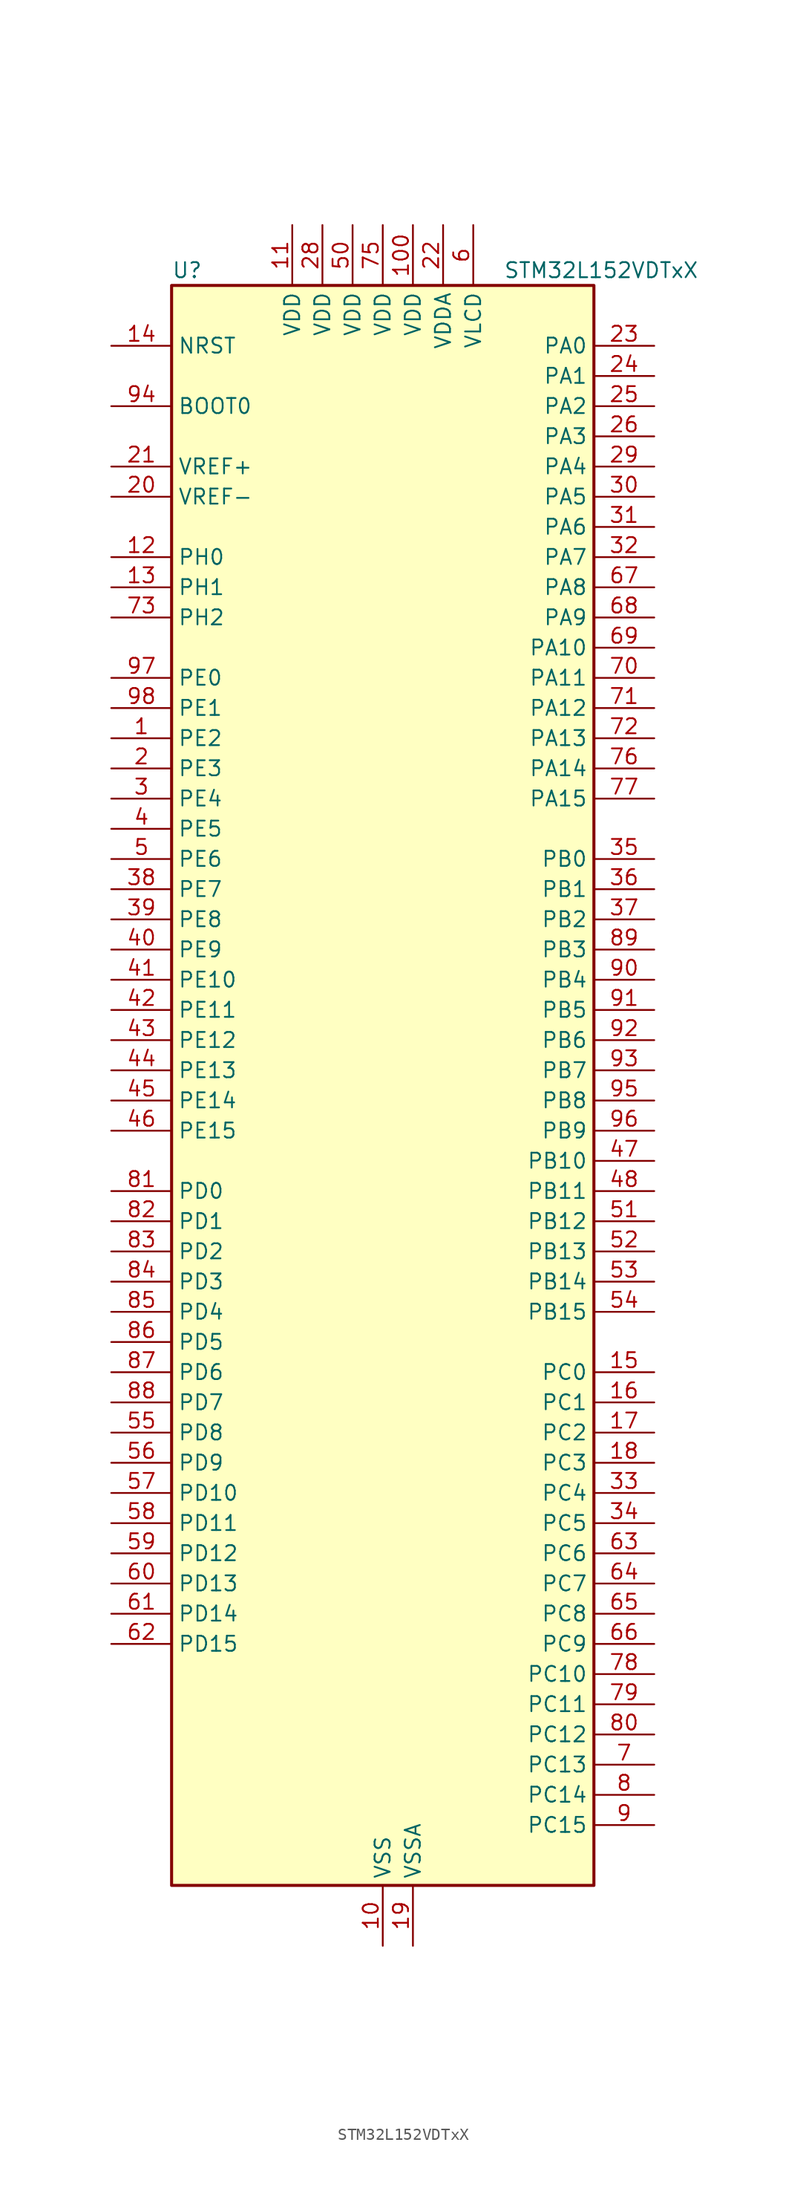
<source format=kicad_sym>
(kicad_symbol_lib
  (version 20241209)
  (generator "kicad_symbol_editor")
  (generator_version "9.0")
  (symbol "STM32L152VDTxX"
    (property "Reference" "U"
      (at -17.78 69.85 0)
      (effects (font (size 1.27 1.27)) (justify left)))
    (property "Value" "STM32L152VDTxX"
      (at 10.16 69.85 0)
      (effects (font (size 1.27 1.27)) (justify left)))
    (symbol "STM32L152VDTxX_0_1"
      (rectangle (start -17.78 -66.04) (end 17.78 68.58) (stroke (width 0.254) (type default)) (fill (type background))))
    (symbol "STM32L152VDTxX_1_1"
      (pin input line (at -22.86 63.5 0) (length 5.08) (name "NRST" (effects (font (size 1.27 1.27)))) (number "14" (effects (font (size 1.27 1.27)))))
      (pin input line (at -22.86 58.42 0) (length 5.08) (name "BOOT0" (effects (font (size 1.27 1.27)))) (number "94" (effects (font (size 1.27 1.27)))))
      (pin input line (at -22.86 53.34 0) (length 5.08) (name "VREF+" (effects (font (size 1.27 1.27)))) (number "21" (effects (font (size 1.27 1.27)))))
      (pin input line (at -22.86 50.8 0) (length 5.08) (name "VREF-" (effects (font (size 1.27 1.27)))) (number "20" (effects (font (size 1.27 1.27)))))
      (pin bidirectional line (at -22.86 45.72 0) (length 5.08) (name "PH0" (effects (font (size 1.27 1.27)))) (number "12" (effects (font (size 1.27 1.27)))) (alternate "RCC_OSC_IN" bidirectional line))
      (pin bidirectional line (at -22.86 43.18 0) (length 5.08) (name "PH1" (effects (font (size 1.27 1.27)))) (number "13" (effects (font (size 1.27 1.27)))) (alternate "RCC_OSC_OUT" bidirectional line))
      (pin bidirectional line (at -22.86 40.64 0) (length 5.08) (name "PH2" (effects (font (size 1.27 1.27)))) (number "73" (effects (font (size 1.27 1.27)))))
      (pin bidirectional line (at -22.86 35.56 0) (length 5.08) (name "PE0" (effects (font (size 1.27 1.27)))) (number "97" (effects (font (size 1.27 1.27)))) (alternate "LCD_SEG36" bidirectional line) (alternate "TIM10_CH1" bidirectional line) (alternate "TIM4_ETR" bidirectional line) (alternate "TIMX_IC1" bidirectional line))
      (pin bidirectional line (at -22.86 33.02 0) (length 5.08) (name "PE1" (effects (font (size 1.27 1.27)))) (number "98" (effects (font (size 1.27 1.27)))) (alternate "LCD_SEG37" bidirectional line) (alternate "TIM11_CH1" bidirectional line) (alternate "TIMX_IC2" bidirectional line))
      (pin bidirectional line (at -22.86 30.48 0) (length 5.08) (name "PE2" (effects (font (size 1.27 1.27)))) (number "1" (effects (font (size 1.27 1.27)))) (alternate "LCD_SEG38" bidirectional line) (alternate "SYS_TRACECK" bidirectional line) (alternate "TIM3_ETR" bidirectional line) (alternate "TIMX_IC3" bidirectional line))
      (pin bidirectional line (at -22.86 27.94 0) (length 5.08) (name "PE3" (effects (font (size 1.27 1.27)))) (number "2" (effects (font (size 1.27 1.27)))) (alternate "LCD_SEG39" bidirectional line) (alternate "SYS_TRACED0" bidirectional line) (alternate "TIM3_CH1" bidirectional line) (alternate "TIMX_IC4" bidirectional line))
      (pin bidirectional line (at -22.86 25.4 0) (length 5.08) (name "PE4" (effects (font (size 1.27 1.27)))) (number "3" (effects (font (size 1.27 1.27)))) (alternate "SYS_TRACED1" bidirectional line) (alternate "TIM3_CH2" bidirectional line) (alternate "TIMX_IC1" bidirectional line))
      (pin bidirectional line (at -22.86 22.86 0) (length 5.08) (name "PE5" (effects (font (size 1.27 1.27)))) (number "4" (effects (font (size 1.27 1.27)))) (alternate "SYS_TRACED2" bidirectional line) (alternate "TIM9_CH1" bidirectional line) (alternate "TIMX_IC2" bidirectional line))
      (pin bidirectional line (at -22.86 20.32 0) (length 5.08) (name "PE6" (effects (font (size 1.27 1.27)))) (number "5" (effects (font (size 1.27 1.27)))) (alternate "RTC_TAMP3" bidirectional line) (alternate "SYS_TRACED3" bidirectional line) (alternate "SYS_WKUP3" bidirectional line) (alternate "TIM9_CH2" bidirectional line) (alternate "TIMX_IC3" bidirectional line))
      (pin bidirectional line (at -22.86 17.78 0) (length 5.08) (name "PE7" (effects (font (size 1.27 1.27)))) (number "38" (effects (font (size 1.27 1.27)))) (alternate "ADC_IN22" bidirectional line) (alternate "COMP1_INP" bidirectional line) (alternate "TIMX_IC4" bidirectional line))
      (pin bidirectional line (at -22.86 15.24 0) (length 5.08) (name "PE8" (effects (font (size 1.27 1.27)))) (number "39" (effects (font (size 1.27 1.27)))) (alternate "ADC_IN23" bidirectional line) (alternate "COMP1_INP" bidirectional line) (alternate "TIMX_IC1" bidirectional line))
      (pin bidirectional line (at -22.86 12.7 0) (length 5.08) (name "PE9" (effects (font (size 1.27 1.27)))) (number "40" (effects (font (size 1.27 1.27)))) (alternate "ADC_IN24" bidirectional line) (alternate "COMP1_INP" bidirectional line) (alternate "DAC_EXTI9" bidirectional line) (alternate "TIM2_CH1" bidirectional line) (alternate "TIM2_ETR" bidirectional line) (alternate "TIMX_IC2" bidirectional line))
      (pin bidirectional line (at -22.86 10.16 0) (length 5.08) (name "PE10" (effects (font (size 1.27 1.27)))) (number "41" (effects (font (size 1.27 1.27)))) (alternate "ADC_IN25" bidirectional line) (alternate "COMP1_INP" bidirectional line) (alternate "TIM2_CH2" bidirectional line) (alternate "TIMX_IC3" bidirectional line))
      (pin bidirectional line (at -22.86 7.62 0) (length 5.08) (name "PE11" (effects (font (size 1.27 1.27)))) (number "42" (effects (font (size 1.27 1.27)))) (alternate "ADC_EXTI11" bidirectional line) (alternate "TIM2_CH3" bidirectional line) (alternate "TIMX_IC4" bidirectional line))
      (pin bidirectional line (at -22.86 5.08 0) (length 5.08) (name "PE12" (effects (font (size 1.27 1.27)))) (number "43" (effects (font (size 1.27 1.27)))) (alternate "SPI1_NSS" bidirectional line) (alternate "TIM2_CH4" bidirectional line) (alternate "TIMX_IC1" bidirectional line))
      (pin bidirectional line (at -22.86 2.54 0) (length 5.08) (name "PE13" (effects (font (size 1.27 1.27)))) (number "44" (effects (font (size 1.27 1.27)))) (alternate "SPI1_SCK" bidirectional line) (alternate "TIMX_IC2" bidirectional line))
      (pin bidirectional line (at -22.86 0 0) (length 5.08) (name "PE14" (effects (font (size 1.27 1.27)))) (number "45" (effects (font (size 1.27 1.27)))) (alternate "SPI1_MISO" bidirectional line) (alternate "TIMX_IC3" bidirectional line))
      (pin bidirectional line (at -22.86 -2.54 0) (length 5.08) (name "PE15" (effects (font (size 1.27 1.27)))) (number "46" (effects (font (size 1.27 1.27)))) (alternate "ADC_EXTI15" bidirectional line) (alternate "SPI1_MOSI" bidirectional line) (alternate "TIMX_IC4" bidirectional line))
      (pin bidirectional line (at -22.86 -7.62 0) (length 5.08) (name "PD0" (effects (font (size 1.27 1.27)))) (number "81" (effects (font (size 1.27 1.27)))) (alternate "I2S2_WS" bidirectional line) (alternate "SPI2_NSS" bidirectional line) (alternate "TIM9_CH1" bidirectional line) (alternate "TIMX_IC1" bidirectional line))
      (pin bidirectional line (at -22.86 -10.16 0) (length 5.08) (name "PD1" (effects (font (size 1.27 1.27)))) (number "82" (effects (font (size 1.27 1.27)))) (alternate "I2S2_CK" bidirectional line) (alternate "SPI2_SCK" bidirectional line) (alternate "TIMX_IC2" bidirectional line))
      (pin bidirectional line (at -22.86 -12.7 0) (length 5.08) (name "PD2" (effects (font (size 1.27 1.27)))) (number "83" (effects (font (size 1.27 1.27)))) (alternate "LCD_COM7" bidirectional line) (alternate "LCD_SEG31" bidirectional line) (alternate "LCD_SEG43" bidirectional line) (alternate "TIM3_ETR" bidirectional line) (alternate "TIMX_IC3" bidirectional line) (alternate "UART5_RX" bidirectional line))
      (pin bidirectional line (at -22.86 -15.24 0) (length 5.08) (name "PD3" (effects (font (size 1.27 1.27)))) (number "84" (effects (font (size 1.27 1.27)))) (alternate "SPI2_MISO" bidirectional line) (alternate "TIMX_IC4" bidirectional line) (alternate "USART2_CTS" bidirectional line))
      (pin bidirectional line (at -22.86 -17.78 0) (length 5.08) (name "PD4" (effects (font (size 1.27 1.27)))) (number "85" (effects (font (size 1.27 1.27)))) (alternate "I2S2_SD" bidirectional line) (alternate "SPI2_MOSI" bidirectional line) (alternate "TIMX_IC1" bidirectional line) (alternate "USART2_RTS" bidirectional line))
      (pin bidirectional line (at -22.86 -20.32 0) (length 5.08) (name "PD5" (effects (font (size 1.27 1.27)))) (number "86" (effects (font (size 1.27 1.27)))) (alternate "TIMX_IC2" bidirectional line) (alternate "USART2_TX" bidirectional line))
      (pin bidirectional line (at -22.86 -22.86 0) (length 5.08) (name "PD6" (effects (font (size 1.27 1.27)))) (number "87" (effects (font (size 1.27 1.27)))) (alternate "TIMX_IC3" bidirectional line) (alternate "USART2_RX" bidirectional line))
      (pin bidirectional line (at -22.86 -25.4 0) (length 5.08) (name "PD7" (effects (font (size 1.27 1.27)))) (number "88" (effects (font (size 1.27 1.27)))) (alternate "TIM9_CH2" bidirectional line) (alternate "TIMX_IC4" bidirectional line) (alternate "USART2_CK" bidirectional line))
      (pin bidirectional line (at -22.86 -27.94 0) (length 5.08) (name "PD8" (effects (font (size 1.27 1.27)))) (number "55" (effects (font (size 1.27 1.27)))) (alternate "LCD_SEG28" bidirectional line) (alternate "TIMX_IC1" bidirectional line) (alternate "USART3_TX" bidirectional line))
      (pin bidirectional line (at -22.86 -30.48 0) (length 5.08) (name "PD9" (effects (font (size 1.27 1.27)))) (number "56" (effects (font (size 1.27 1.27)))) (alternate "DAC_EXTI9" bidirectional line) (alternate "LCD_SEG29" bidirectional line) (alternate "TIMX_IC2" bidirectional line) (alternate "USART3_RX" bidirectional line))
      (pin bidirectional line (at -22.86 -33.02 0) (length 5.08) (name "PD10" (effects (font (size 1.27 1.27)))) (number "57" (effects (font (size 1.27 1.27)))) (alternate "LCD_SEG30" bidirectional line) (alternate "TIMX_IC3" bidirectional line) (alternate "USART3_CK" bidirectional line))
      (pin bidirectional line (at -22.86 -35.56 0) (length 5.08) (name "PD11" (effects (font (size 1.27 1.27)))) (number "58" (effects (font (size 1.27 1.27)))) (alternate "ADC_EXTI11" bidirectional line) (alternate "LCD_SEG31" bidirectional line) (alternate "TIMX_IC4" bidirectional line) (alternate "USART3_CTS" bidirectional line))
      (pin bidirectional line (at -22.86 -38.1 0) (length 5.08) (name "PD12" (effects (font (size 1.27 1.27)))) (number "59" (effects (font (size 1.27 1.27)))) (alternate "LCD_SEG32" bidirectional line) (alternate "TIM4_CH1" bidirectional line) (alternate "TIMX_IC1" bidirectional line) (alternate "USART3_RTS" bidirectional line))
      (pin bidirectional line (at -22.86 -40.64 0) (length 5.08) (name "PD13" (effects (font (size 1.27 1.27)))) (number "60" (effects (font (size 1.27 1.27)))) (alternate "LCD_SEG33" bidirectional line) (alternate "TIM4_CH2" bidirectional line) (alternate "TIMX_IC2" bidirectional line))
      (pin bidirectional line (at -22.86 -43.18 0) (length 5.08) (name "PD14" (effects (font (size 1.27 1.27)))) (number "61" (effects (font (size 1.27 1.27)))) (alternate "LCD_SEG34" bidirectional line) (alternate "TIM4_CH3" bidirectional line) (alternate "TIMX_IC3" bidirectional line))
      (pin bidirectional line (at -22.86 -45.72 0) (length 5.08) (name "PD15" (effects (font (size 1.27 1.27)))) (number "62" (effects (font (size 1.27 1.27)))) (alternate "ADC_EXTI15" bidirectional line) (alternate "LCD_SEG35" bidirectional line) (alternate "TIM4_CH4" bidirectional line) (alternate "TIMX_IC4" bidirectional line))
      (pin power_in line (at -7.62 73.66 270) (length 5.08) (name "VDD" (effects (font (size 1.27 1.27)))) (number "11" (effects (font (size 1.27 1.27)))))
      (pin power_in line (at -5.08 73.66 270) (length 5.08) (name "VDD" (effects (font (size 1.27 1.27)))) (number "28" (effects (font (size 1.27 1.27)))))
      (pin power_in line (at -2.54 73.66 270) (length 5.08) (name "VDD" (effects (font (size 1.27 1.27)))) (number "50" (effects (font (size 1.27 1.27)))))
      (pin power_in line (at 0 73.66 270) (length 5.08) (name "VDD" (effects (font (size 1.27 1.27)))) (number "75" (effects (font (size 1.27 1.27)))))
      (pin power_in line (at 0 -71.12 90) (length 5.08) (name "VSS" (effects (font (size 1.27 1.27)))) (number "10" (effects (font (size 1.27 1.27)))))
      (pin passive line (at 0 -71.12 90) (length 5.08) (hide yes) (name "VSS" (effects (font (size 1.27 1.27)))) (number "27" (effects (font (size 1.27 1.27)))))
      (pin passive line (at 0 -71.12 90) (length 5.08) (hide yes) (name "VSS" (effects (font (size 1.27 1.27)))) (number "49" (effects (font (size 1.27 1.27)))))
      (pin passive line (at 0 -71.12 90) (length 5.08) (hide yes) (name "VSS" (effects (font (size 1.27 1.27)))) (number "74" (effects (font (size 1.27 1.27)))))
      (pin passive line (at 0 -71.12 90) (length 5.08) (hide yes) (name "VSS" (effects (font (size 1.27 1.27)))) (number "99" (effects (font (size 1.27 1.27)))))
      (pin power_in line (at 2.54 73.66 270) (length 5.08) (name "VDD" (effects (font (size 1.27 1.27)))) (number "100" (effects (font (size 1.27 1.27)))))
      (pin power_in line (at 2.54 -71.12 90) (length 5.08) (name "VSSA" (effects (font (size 1.27 1.27)))) (number "19" (effects (font (size 1.27 1.27)))))
      (pin power_in line (at 5.08 73.66 270) (length 5.08) (name "VDDA" (effects (font (size 1.27 1.27)))) (number "22" (effects (font (size 1.27 1.27)))))
      (pin power_in line (at 7.62 73.66 270) (length 5.08) (name "VLCD" (effects (font (size 1.27 1.27)))) (number "6" (effects (font (size 1.27 1.27)))))
      (pin bidirectional line (at 22.86 63.5 180) (length 5.08) (name "PA0" (effects (font (size 1.27 1.27)))) (number "23" (effects (font (size 1.27 1.27)))) (alternate "ADC_IN0" bidirectional line) (alternate "COMP1_INP" bidirectional line) (alternate "RTC_TAMP2" bidirectional line) (alternate "SYS_WKUP1" bidirectional line) (alternate "TIM2_CH1" bidirectional line) (alternate "TIM2_ETR" bidirectional line) (alternate "TIM5_CH1" bidirectional line) (alternate "TIMX_IC1" bidirectional line) (alternate "TS_G1_IO1" bidirectional line) (alternate "USART2_CTS" bidirectional line))
      (pin bidirectional line (at 22.86 60.96 180) (length 5.08) (name "PA1" (effects (font (size 1.27 1.27)))) (number "24" (effects (font (size 1.27 1.27)))) (alternate "ADC_IN1" bidirectional line) (alternate "COMP1_INP" bidirectional line) (alternate "LCD_SEG0" bidirectional line) (alternate "OPAMP1_VINP" bidirectional line) (alternate "TIM2_CH2" bidirectional line) (alternate "TIM5_CH2" bidirectional line) (alternate "TIMX_IC2" bidirectional line) (alternate "TS_G1_IO2" bidirectional line) (alternate "USART2_RTS" bidirectional line))
      (pin bidirectional line (at 22.86 58.42 180) (length 5.08) (name "PA2" (effects (font (size 1.27 1.27)))) (number "25" (effects (font (size 1.27 1.27)))) (alternate "ADC_IN2" bidirectional line) (alternate "COMP1_INP" bidirectional line) (alternate "LCD_SEG1" bidirectional line) (alternate "OPAMP1_VINM" bidirectional line) (alternate "TIM2_CH3" bidirectional line) (alternate "TIM5_CH3" bidirectional line) (alternate "TIM9_CH1" bidirectional line) (alternate "TIMX_IC3" bidirectional line) (alternate "TS_G1_IO3" bidirectional line) (alternate "USART2_TX" bidirectional line))
      (pin bidirectional line (at 22.86 55.88 180) (length 5.08) (name "PA3" (effects (font (size 1.27 1.27)))) (number "26" (effects (font (size 1.27 1.27)))) (alternate "ADC_IN3" bidirectional line) (alternate "COMP1_INP" bidirectional line) (alternate "LCD_SEG2" bidirectional line) (alternate "OPAMP1_VOUT" bidirectional line) (alternate "TIM2_CH4" bidirectional line) (alternate "TIM5_CH4" bidirectional line) (alternate "TIM9_CH2" bidirectional line) (alternate "TIMX_IC4" bidirectional line) (alternate "TS_G1_IO4" bidirectional line) (alternate "USART2_RX" bidirectional line))
      (pin bidirectional line (at 22.86 53.34 180) (length 5.08) (name "PA4" (effects (font (size 1.27 1.27)))) (number "29" (effects (font (size 1.27 1.27)))) (alternate "ADC_IN4" bidirectional line) (alternate "COMP1_INP" bidirectional line) (alternate "DAC_OUT1" bidirectional line) (alternate "I2S3_WS" bidirectional line) (alternate "SPI1_NSS" bidirectional line) (alternate "SPI3_NSS" bidirectional line) (alternate "TIMX_IC1" bidirectional line) (alternate "USART2_CK" bidirectional line))
      (pin bidirectional line (at 22.86 50.8 180) (length 5.08) (name "PA5" (effects (font (size 1.27 1.27)))) (number "30" (effects (font (size 1.27 1.27)))) (alternate "ADC_IN5" bidirectional line) (alternate "COMP1_INP" bidirectional line) (alternate "DAC_OUT2" bidirectional line) (alternate "SPI1_SCK" bidirectional line) (alternate "TIM2_CH1" bidirectional line) (alternate "TIM2_ETR" bidirectional line) (alternate "TIMX_IC2" bidirectional line))
      (pin bidirectional line (at 22.86 48.26 180) (length 5.08) (name "PA6" (effects (font (size 1.27 1.27)))) (number "31" (effects (font (size 1.27 1.27)))) (alternate "ADC_IN6" bidirectional line) (alternate "COMP1_INP" bidirectional line) (alternate "LCD_SEG3" bidirectional line) (alternate "OPAMP2_VINP" bidirectional line) (alternate "SPI1_MISO" bidirectional line) (alternate "TIM10_CH1" bidirectional line) (alternate "TIM3_CH1" bidirectional line) (alternate "TIMX_IC3" bidirectional line) (alternate "TS_G2_IO1" bidirectional line))
      (pin bidirectional line (at 22.86 45.72 180) (length 5.08) (name "PA7" (effects (font (size 1.27 1.27)))) (number "32" (effects (font (size 1.27 1.27)))) (alternate "ADC_IN7" bidirectional line) (alternate "COMP1_INP" bidirectional line) (alternate "LCD_SEG4" bidirectional line) (alternate "OPAMP2_VINM" bidirectional line) (alternate "SPI1_MOSI" bidirectional line) (alternate "TIM11_CH1" bidirectional line) (alternate "TIM3_CH2" bidirectional line) (alternate "TIMX_IC4" bidirectional line) (alternate "TS_G2_IO2" bidirectional line))
      (pin bidirectional line (at 22.86 43.18 180) (length 5.08) (name "PA8" (effects (font (size 1.27 1.27)))) (number "67" (effects (font (size 1.27 1.27)))) (alternate "LCD_COM0" bidirectional line) (alternate "RCC_MCO" bidirectional line) (alternate "TIMX_IC1" bidirectional line) (alternate "TS_G4_IO1" bidirectional line) (alternate "USART1_CK" bidirectional line))
      (pin bidirectional line (at 22.86 40.64 180) (length 5.08) (name "PA9" (effects (font (size 1.27 1.27)))) (number "68" (effects (font (size 1.27 1.27)))) (alternate "DAC_EXTI9" bidirectional line) (alternate "LCD_COM1" bidirectional line) (alternate "TIMX_IC2" bidirectional line) (alternate "TS_G4_IO2" bidirectional line) (alternate "USART1_TX" bidirectional line))
      (pin bidirectional line (at 22.86 38.1 180) (length 5.08) (name "PA10" (effects (font (size 1.27 1.27)))) (number "69" (effects (font (size 1.27 1.27)))) (alternate "LCD_COM2" bidirectional line) (alternate "TIMX_IC3" bidirectional line) (alternate "TS_G4_IO3" bidirectional line) (alternate "USART1_RX" bidirectional line))
      (pin bidirectional line (at 22.86 35.56 180) (length 5.08) (name "PA11" (effects (font (size 1.27 1.27)))) (number "70" (effects (font (size 1.27 1.27)))) (alternate "ADC_EXTI11" bidirectional line) (alternate "SPI1_MISO" bidirectional line) (alternate "TIMX_IC4" bidirectional line) (alternate "USART1_CTS" bidirectional line) (alternate "USB_DM" bidirectional line))
      (pin bidirectional line (at 22.86 33.02 180) (length 5.08) (name "PA12" (effects (font (size 1.27 1.27)))) (number "71" (effects (font (size 1.27 1.27)))) (alternate "SPI1_MOSI" bidirectional line) (alternate "TIMX_IC1" bidirectional line) (alternate "USART1_RTS" bidirectional line) (alternate "USB_DP" bidirectional line))
      (pin bidirectional line (at 22.86 30.48 180) (length 5.08) (name "PA13" (effects (font (size 1.27 1.27)))) (number "72" (effects (font (size 1.27 1.27)))) (alternate "SYS_JTMS-SWDIO" bidirectional line) (alternate "TIMX_IC2" bidirectional line) (alternate "TS_G5_IO1" bidirectional line))
      (pin bidirectional line (at 22.86 27.94 180) (length 5.08) (name "PA14" (effects (font (size 1.27 1.27)))) (number "76" (effects (font (size 1.27 1.27)))) (alternate "SYS_JTCK-SWCLK" bidirectional line) (alternate "TIMX_IC3" bidirectional line) (alternate "TS_G5_IO2" bidirectional line))
      (pin bidirectional line (at 22.86 25.4 180) (length 5.08) (name "PA15" (effects (font (size 1.27 1.27)))) (number "77" (effects (font (size 1.27 1.27)))) (alternate "ADC_EXTI15" bidirectional line) (alternate "I2S3_WS" bidirectional line) (alternate "LCD_SEG17" bidirectional line) (alternate "SPI1_NSS" bidirectional line) (alternate "SPI3_NSS" bidirectional line) (alternate "SYS_JTDI" bidirectional line) (alternate "TIM2_CH1" bidirectional line) (alternate "TIM2_ETR" bidirectional line) (alternate "TIMX_IC4" bidirectional line) (alternate "TS_G5_IO3" bidirectional line))
      (pin bidirectional line (at 22.86 20.32 180) (length 5.08) (name "PB0" (effects (font (size 1.27 1.27)))) (number "35" (effects (font (size 1.27 1.27)))) (alternate "ADC_IN8" bidirectional line) (alternate "COMP1_INP" bidirectional line) (alternate "LCD_SEG5" bidirectional line) (alternate "OPAMP2_VOUT" bidirectional line) (alternate "SYS_V_REF_OUT" bidirectional line) (alternate "TIM3_CH3" bidirectional line) (alternate "TS_G3_IO1" bidirectional line))
      (pin bidirectional line (at 22.86 17.78 180) (length 5.08) (name "PB1" (effects (font (size 1.27 1.27)))) (number "36" (effects (font (size 1.27 1.27)))) (alternate "ADC_IN9" bidirectional line) (alternate "COMP1_INP" bidirectional line) (alternate "LCD_SEG6" bidirectional line) (alternate "SYS_V_REF_OUT" bidirectional line) (alternate "TIM3_CH4" bidirectional line) (alternate "TS_G3_IO2" bidirectional line))
      (pin bidirectional line (at 22.86 15.24 180) (length 5.08) (name "PB2" (effects (font (size 1.27 1.27)))) (number "37" (effects (font (size 1.27 1.27)))) (alternate "ADC_IN0b" bidirectional line) (alternate "TS_G3_IO3" bidirectional line))
      (pin bidirectional line (at 22.86 12.7 180) (length 5.08) (name "PB3" (effects (font (size 1.27 1.27)))) (number "89" (effects (font (size 1.27 1.27)))) (alternate "COMP2_INM" bidirectional line) (alternate "I2S3_CK" bidirectional line) (alternate "LCD_SEG7" bidirectional line) (alternate "SPI1_SCK" bidirectional line) (alternate "SPI3_SCK" bidirectional line) (alternate "SYS_JTDO-TRACESWO" bidirectional line) (alternate "TIM2_CH2" bidirectional line))
      (pin bidirectional line (at 22.86 10.16 180) (length 5.08) (name "PB4" (effects (font (size 1.27 1.27)))) (number "90" (effects (font (size 1.27 1.27)))) (alternate "COMP2_INP" bidirectional line) (alternate "LCD_SEG8" bidirectional line) (alternate "SPI1_MISO" bidirectional line) (alternate "SPI3_MISO" bidirectional line) (alternate "SYS_JTRST" bidirectional line) (alternate "TIM3_CH1" bidirectional line) (alternate "TS_G6_IO1" bidirectional line))
      (pin bidirectional line (at 22.86 7.62 180) (length 5.08) (name "PB5" (effects (font (size 1.27 1.27)))) (number "91" (effects (font (size 1.27 1.27)))) (alternate "COMP2_INP" bidirectional line) (alternate "I2C1_SMBA" bidirectional line) (alternate "I2S3_SD" bidirectional line) (alternate "LCD_SEG9" bidirectional line) (alternate "SPI1_MOSI" bidirectional line) (alternate "SPI3_MOSI" bidirectional line) (alternate "TIM3_CH2" bidirectional line) (alternate "TS_G6_IO2" bidirectional line))
      (pin bidirectional line (at 22.86 5.08 180) (length 5.08) (name "PB6" (effects (font (size 1.27 1.27)))) (number "92" (effects (font (size 1.27 1.27)))) (alternate "COMP2_INP" bidirectional line) (alternate "I2C1_SCL" bidirectional line) (alternate "TIM4_CH1" bidirectional line) (alternate "TS_G6_IO3" bidirectional line) (alternate "USART1_TX" bidirectional line))
      (pin bidirectional line (at 22.86 2.54 180) (length 5.08) (name "PB7" (effects (font (size 1.27 1.27)))) (number "93" (effects (font (size 1.27 1.27)))) (alternate "COMP2_INP" bidirectional line) (alternate "I2C1_SDA" bidirectional line) (alternate "SYS_PVD_IN" bidirectional line) (alternate "TIM4_CH2" bidirectional line) (alternate "TS_G6_IO4" bidirectional line) (alternate "USART1_RX" bidirectional line))
      (pin bidirectional line (at 22.86 0 180) (length 5.08) (name "PB8" (effects (font (size 1.27 1.27)))) (number "95" (effects (font (size 1.27 1.27)))) (alternate "I2C1_SCL" bidirectional line) (alternate "LCD_SEG16" bidirectional line) (alternate "TIM10_CH1" bidirectional line) (alternate "TIM4_CH3" bidirectional line))
      (pin bidirectional line (at 22.86 -2.54 180) (length 5.08) (name "PB9" (effects (font (size 1.27 1.27)))) (number "96" (effects (font (size 1.27 1.27)))) (alternate "DAC_EXTI9" bidirectional line) (alternate "I2C1_SDA" bidirectional line) (alternate "LCD_COM3" bidirectional line) (alternate "TIM11_CH1" bidirectional line) (alternate "TIM4_CH4" bidirectional line))
      (pin bidirectional line (at 22.86 -5.08 180) (length 5.08) (name "PB10" (effects (font (size 1.27 1.27)))) (number "47" (effects (font (size 1.27 1.27)))) (alternate "I2C2_SCL" bidirectional line) (alternate "LCD_SEG10" bidirectional line) (alternate "TIM2_CH3" bidirectional line) (alternate "USART3_TX" bidirectional line))
      (pin bidirectional line (at 22.86 -7.62 180) (length 5.08) (name "PB11" (effects (font (size 1.27 1.27)))) (number "48" (effects (font (size 1.27 1.27)))) (alternate "ADC_EXTI11" bidirectional line) (alternate "I2C2_SDA" bidirectional line) (alternate "LCD_SEG11" bidirectional line) (alternate "TIM2_CH4" bidirectional line) (alternate "USART3_RX" bidirectional line))
      (pin bidirectional line (at 22.86 -10.16 180) (length 5.08) (name "PB12" (effects (font (size 1.27 1.27)))) (number "51" (effects (font (size 1.27 1.27)))) (alternate "ADC_IN18" bidirectional line) (alternate "COMP1_INP" bidirectional line) (alternate "I2C2_SMBA" bidirectional line) (alternate "I2S2_WS" bidirectional line) (alternate "LCD_SEG12" bidirectional line) (alternate "SPI2_NSS" bidirectional line) (alternate "TIM10_CH1" bidirectional line) (alternate "TS_G7_IO1" bidirectional line) (alternate "USART3_CK" bidirectional line))
      (pin bidirectional line (at 22.86 -12.7 180) (length 5.08) (name "PB13" (effects (font (size 1.27 1.27)))) (number "52" (effects (font (size 1.27 1.27)))) (alternate "ADC_IN19" bidirectional line) (alternate "COMP1_INP" bidirectional line) (alternate "I2S2_CK" bidirectional line) (alternate "LCD_SEG13" bidirectional line) (alternate "SPI2_SCK" bidirectional line) (alternate "TIM9_CH1" bidirectional line) (alternate "TS_G7_IO2" bidirectional line) (alternate "USART3_CTS" bidirectional line))
      (pin bidirectional line (at 22.86 -15.24 180) (length 5.08) (name "PB14" (effects (font (size 1.27 1.27)))) (number "53" (effects (font (size 1.27 1.27)))) (alternate "ADC_IN20" bidirectional line) (alternate "COMP1_INP" bidirectional line) (alternate "LCD_SEG14" bidirectional line) (alternate "SPI2_MISO" bidirectional line) (alternate "TIM9_CH2" bidirectional line) (alternate "TS_G7_IO3" bidirectional line) (alternate "USART3_RTS" bidirectional line))
      (pin bidirectional line (at 22.86 -17.78 180) (length 5.08) (name "PB15" (effects (font (size 1.27 1.27)))) (number "54" (effects (font (size 1.27 1.27)))) (alternate "ADC_EXTI15" bidirectional line) (alternate "ADC_IN21" bidirectional line) (alternate "COMP1_INP" bidirectional line) (alternate "I2S2_SD" bidirectional line) (alternate "LCD_SEG15" bidirectional line) (alternate "RTC_REFIN" bidirectional line) (alternate "SPI2_MOSI" bidirectional line) (alternate "TIM11_CH1" bidirectional line) (alternate "TS_G7_IO4" bidirectional line))
      (pin bidirectional line (at 22.86 -22.86 180) (length 5.08) (name "PC0" (effects (font (size 1.27 1.27)))) (number "15" (effects (font (size 1.27 1.27)))) (alternate "ADC_IN10" bidirectional line) (alternate "COMP1_INP" bidirectional line) (alternate "LCD_SEG18" bidirectional line) (alternate "TIMX_IC1" bidirectional line) (alternate "TS_G8_IO1" bidirectional line))
      (pin bidirectional line (at 22.86 -25.4 180) (length 5.08) (name "PC1" (effects (font (size 1.27 1.27)))) (number "16" (effects (font (size 1.27 1.27)))) (alternate "ADC_IN11" bidirectional line) (alternate "COMP1_INP" bidirectional line) (alternate "LCD_SEG19" bidirectional line) (alternate "TIMX_IC2" bidirectional line) (alternate "TS_G8_IO2" bidirectional line))
      (pin bidirectional line (at 22.86 -27.94 180) (length 5.08) (name "PC2" (effects (font (size 1.27 1.27)))) (number "17" (effects (font (size 1.27 1.27)))) (alternate "ADC_IN12" bidirectional line) (alternate "COMP1_INP" bidirectional line) (alternate "LCD_SEG20" bidirectional line) (alternate "TIMX_IC3" bidirectional line) (alternate "TS_G8_IO3" bidirectional line))
      (pin bidirectional line (at 22.86 -30.48 180) (length 5.08) (name "PC3" (effects (font (size 1.27 1.27)))) (number "18" (effects (font (size 1.27 1.27)))) (alternate "ADC_IN13" bidirectional line) (alternate "COMP1_INP" bidirectional line) (alternate "LCD_SEG21" bidirectional line) (alternate "TIMX_IC4" bidirectional line) (alternate "TS_G8_IO4" bidirectional line))
      (pin bidirectional line (at 22.86 -33.02 180) (length 5.08) (name "PC4" (effects (font (size 1.27 1.27)))) (number "33" (effects (font (size 1.27 1.27)))) (alternate "ADC_IN14" bidirectional line) (alternate "COMP1_INP" bidirectional line) (alternate "LCD_SEG22" bidirectional line) (alternate "TIMX_IC1" bidirectional line) (alternate "TS_G9_IO1" bidirectional line))
      (pin bidirectional line (at 22.86 -35.56 180) (length 5.08) (name "PC5" (effects (font (size 1.27 1.27)))) (number "34" (effects (font (size 1.27 1.27)))) (alternate "ADC_IN15" bidirectional line) (alternate "COMP1_INP" bidirectional line) (alternate "LCD_SEG23" bidirectional line) (alternate "TIMX_IC2" bidirectional line) (alternate "TS_G9_IO2" bidirectional line))
      (pin bidirectional line (at 22.86 -38.1 180) (length 5.08) (name "PC6" (effects (font (size 1.27 1.27)))) (number "63" (effects (font (size 1.27 1.27)))) (alternate "I2S2_MCK" bidirectional line) (alternate "LCD_SEG24" bidirectional line) (alternate "TIM3_CH1" bidirectional line) (alternate "TIMX_IC3" bidirectional line) (alternate "TS_G10_IO1" bidirectional line))
      (pin bidirectional line (at 22.86 -40.64 180) (length 5.08) (name "PC7" (effects (font (size 1.27 1.27)))) (number "64" (effects (font (size 1.27 1.27)))) (alternate "I2S3_MCK" bidirectional line) (alternate "LCD_SEG25" bidirectional line) (alternate "TIM3_CH2" bidirectional line) (alternate "TIMX_IC4" bidirectional line) (alternate "TS_G10_IO2" bidirectional line))
      (pin bidirectional line (at 22.86 -43.18 180) (length 5.08) (name "PC8" (effects (font (size 1.27 1.27)))) (number "65" (effects (font (size 1.27 1.27)))) (alternate "LCD_SEG26" bidirectional line) (alternate "TIM3_CH3" bidirectional line) (alternate "TIMX_IC1" bidirectional line) (alternate "TS_G10_IO3" bidirectional line))
      (pin bidirectional line (at 22.86 -45.72 180) (length 5.08) (name "PC9" (effects (font (size 1.27 1.27)))) (number "66" (effects (font (size 1.27 1.27)))) (alternate "DAC_EXTI9" bidirectional line) (alternate "LCD_SEG27" bidirectional line) (alternate "TIM3_CH4" bidirectional line) (alternate "TIMX_IC2" bidirectional line) (alternate "TS_G10_IO4" bidirectional line))
      (pin bidirectional line (at 22.86 -48.26 180) (length 5.08) (name "PC10" (effects (font (size 1.27 1.27)))) (number "78" (effects (font (size 1.27 1.27)))) (alternate "I2S3_CK" bidirectional line) (alternate "LCD_COM4" bidirectional line) (alternate "LCD_SEG28" bidirectional line) (alternate "LCD_SEG40" bidirectional line) (alternate "SPI3_SCK" bidirectional line) (alternate "TIMX_IC3" bidirectional line) (alternate "UART4_TX" bidirectional line) (alternate "USART3_TX" bidirectional line))
      (pin bidirectional line (at 22.86 -50.8 180) (length 5.08) (name "PC11" (effects (font (size 1.27 1.27)))) (number "79" (effects (font (size 1.27 1.27)))) (alternate "ADC_EXTI11" bidirectional line) (alternate "LCD_COM5" bidirectional line) (alternate "LCD_SEG29" bidirectional line) (alternate "LCD_SEG41" bidirectional line) (alternate "SPI3_MISO" bidirectional line) (alternate "TIMX_IC4" bidirectional line) (alternate "UART4_RX" bidirectional line) (alternate "USART3_RX" bidirectional line))
      (pin bidirectional line (at 22.86 -53.34 180) (length 5.08) (name "PC12" (effects (font (size 1.27 1.27)))) (number "80" (effects (font (size 1.27 1.27)))) (alternate "I2S3_SD" bidirectional line) (alternate "LCD_COM6" bidirectional line) (alternate "LCD_SEG30" bidirectional line) (alternate "LCD_SEG42" bidirectional line) (alternate "SPI3_MOSI" bidirectional line) (alternate "TIMX_IC1" bidirectional line) (alternate "UART5_TX" bidirectional line) (alternate "USART3_CK" bidirectional line))
      (pin bidirectional line (at 22.86 -55.88 180) (length 5.08) (name "PC13" (effects (font (size 1.27 1.27)))) (number "7" (effects (font (size 1.27 1.27)))) (alternate "RTC_OUT_ALARM" bidirectional line) (alternate "RTC_OUT_CALIB" bidirectional line) (alternate "RTC_TAMP1" bidirectional line) (alternate "RTC_TS" bidirectional line) (alternate "SYS_WKUP2" bidirectional line) (alternate "TIMX_IC2" bidirectional line))
      (pin bidirectional line (at 22.86 -58.42 180) (length 5.08) (name "PC14" (effects (font (size 1.27 1.27)))) (number "8" (effects (font (size 1.27 1.27)))) (alternate "RCC_OSC32_IN" bidirectional line) (alternate "TIMX_IC3" bidirectional line))
      (pin bidirectional line (at 22.86 -60.96 180) (length 5.08) (name "PC15" (effects (font (size 1.27 1.27)))) (number "9" (effects (font (size 1.27 1.27)))) (alternate "ADC_EXTI15" bidirectional line) (alternate "RCC_OSC32_OUT" bidirectional line) (alternate "TIMX_IC4" bidirectional line)))))
</source>
